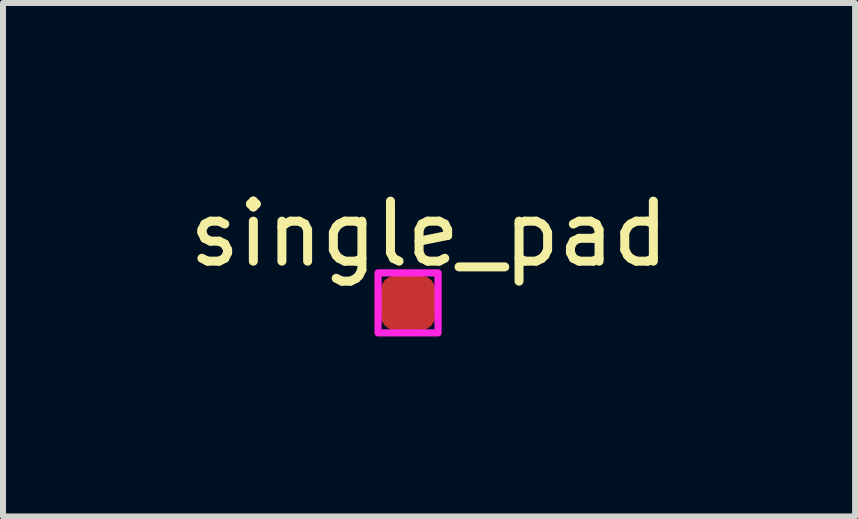
<source format=kicad_pcb>
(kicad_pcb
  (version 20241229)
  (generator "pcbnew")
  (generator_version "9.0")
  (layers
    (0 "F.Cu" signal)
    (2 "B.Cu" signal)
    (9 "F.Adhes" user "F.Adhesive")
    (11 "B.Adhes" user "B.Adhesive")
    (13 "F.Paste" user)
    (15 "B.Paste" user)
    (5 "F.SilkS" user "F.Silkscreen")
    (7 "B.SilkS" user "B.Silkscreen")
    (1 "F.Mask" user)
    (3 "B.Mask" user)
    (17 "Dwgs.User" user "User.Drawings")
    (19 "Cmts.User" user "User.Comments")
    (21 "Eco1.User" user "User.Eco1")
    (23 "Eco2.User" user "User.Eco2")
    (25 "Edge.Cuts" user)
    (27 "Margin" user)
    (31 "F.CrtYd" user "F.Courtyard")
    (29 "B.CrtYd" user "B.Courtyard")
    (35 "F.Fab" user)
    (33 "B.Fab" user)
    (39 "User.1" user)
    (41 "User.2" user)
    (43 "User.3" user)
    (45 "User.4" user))
  (footprint "single_pad"
    (layer "F.Cu")
    (at 3.751 1.998)
    (property "Reference" "single_pad" (at 0.35 -1.15 0) (unlocked yes) (layer "F.SilkS") (effects (font (size 1 1) (thickness 0.15))))
    (attr smd)
    (fp_rect (start -0.5 -0.5) (end 0.5 0.5) (stroke (width 0.12) (type default)) (fill no) (layer "F.CrtYd"))
    (pad "1" smd roundrect (at 0 0) (size 0.9 0.9) (layers "F.Cu" "F.Mask" "F.Paste") (roundrect_rratio 0.25)))
  (gr_rect
    (start -3 -3)
    (end 11.202 5.558)
    (stroke (width 0.1) (type default))
    (fill no)
    (layer "Edge.Cuts")))
</source>
